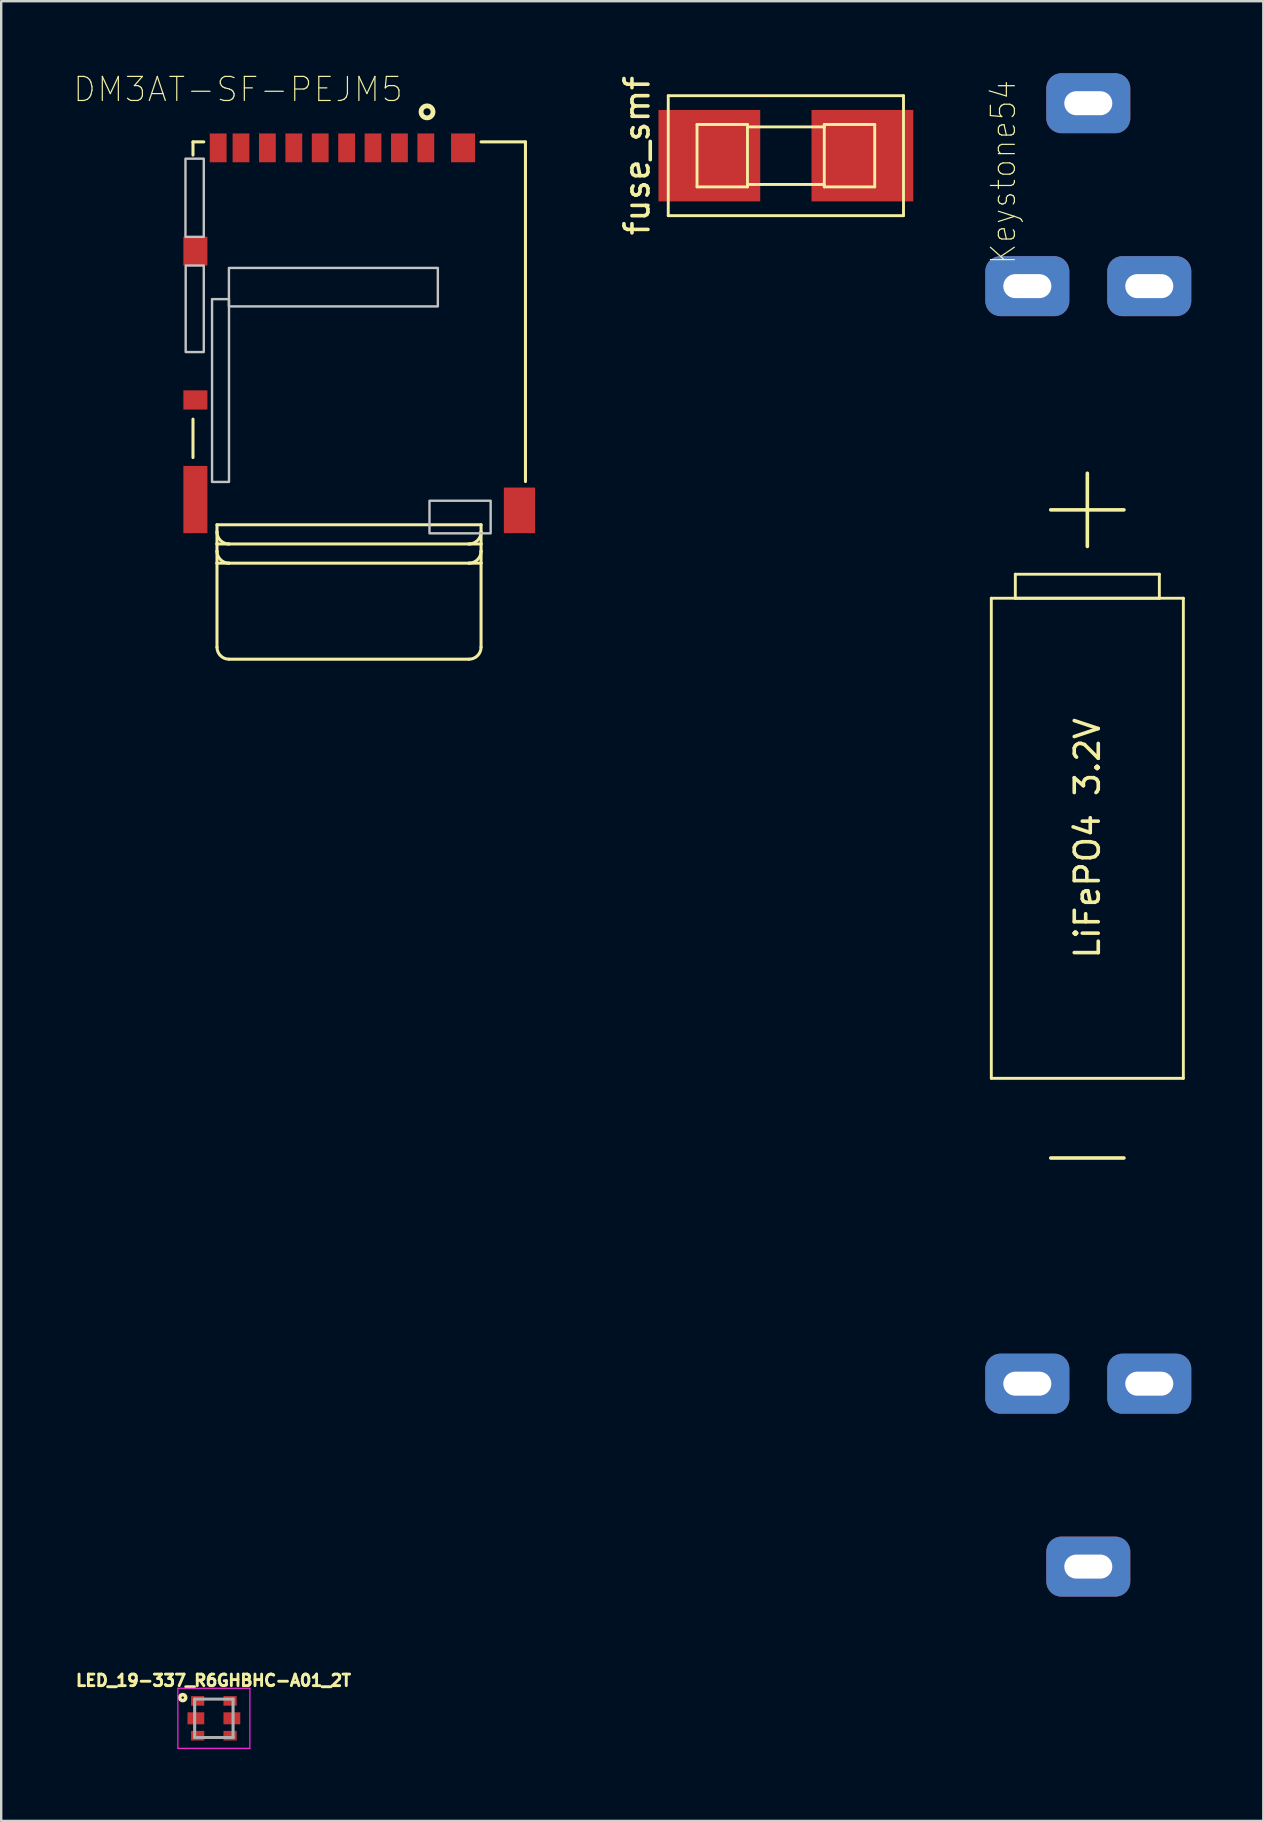
<source format=kicad_pcb>
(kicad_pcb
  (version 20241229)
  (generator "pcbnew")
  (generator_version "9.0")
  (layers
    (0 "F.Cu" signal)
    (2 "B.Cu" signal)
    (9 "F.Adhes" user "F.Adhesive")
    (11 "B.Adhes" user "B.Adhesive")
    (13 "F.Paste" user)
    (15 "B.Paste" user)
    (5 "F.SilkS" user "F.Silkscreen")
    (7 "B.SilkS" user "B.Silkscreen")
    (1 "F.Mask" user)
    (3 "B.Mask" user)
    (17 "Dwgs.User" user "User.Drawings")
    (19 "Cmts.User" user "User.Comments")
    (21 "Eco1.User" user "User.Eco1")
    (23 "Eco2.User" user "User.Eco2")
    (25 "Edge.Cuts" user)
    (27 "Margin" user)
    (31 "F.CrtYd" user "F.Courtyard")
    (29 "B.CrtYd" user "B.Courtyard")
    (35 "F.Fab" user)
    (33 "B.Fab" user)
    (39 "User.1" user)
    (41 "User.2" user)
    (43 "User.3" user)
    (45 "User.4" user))
  (footprint "LED_19-337_R6GHBHC-A01_2T"
    (layer "F.Cu")
    (at 5.859 68.529)
    (property "Reference" "LED_19-337_R6GHBHC-A01_2T" (at -0.016 -1.577 0) (layer "F.SilkS") (effects (font (size 0.481 0.481) (thickness 0.15))))
    (attr through_hole)
    (fp_poly (pts (xy -0.3 -0.8) (xy 0.3 -0.8) (xy 0.3 0.8) (xy -0.3 0.8)) (stroke (width 0.01) (type solid)) (fill yes) (layer "F.Mask"))
    (fp_circle (center -1.297 -0.862) (end -1.247 -0.862) (stroke (width 0.15) (type solid)) (fill no) (layer "F.SilkS"))
    (fp_line (start -1.5 -1.25) (end 1.5 -1.25) (stroke (width 0.05) (type solid)) (layer "F.CrtYd"))
    (fp_line (start -1.5 1.25) (end -1.5 -1.25) (stroke (width 0.05) (type solid)) (layer "F.CrtYd"))
    (fp_line (start 1.5 -1.25) (end 1.5 1.25) (stroke (width 0.05) (type solid)) (layer "F.CrtYd"))
    (fp_line (start 1.5 1.25) (end -1.5 1.25) (stroke (width 0.05) (type solid)) (layer "F.CrtYd"))
    (fp_line (start -0.8 -0.8) (end 0.8 -0.8) (stroke (width 0.127) (type solid)) (layer "F.Fab"))
    (fp_line (start -0.8 0.8) (end -0.8 -0.8) (stroke (width 0.127) (type solid)) (layer "F.Fab"))
    (fp_line (start 0.8 -0.8) (end 0.8 0.8) (stroke (width 0.127) (type solid)) (layer "F.Fab"))
    (fp_line (start 0.8 0.8) (end -0.8 0.8) (stroke (width 0.127) (type solid)) (layer "F.Fab"))
    (pad "1" smd rect (at -0.675 -0.725) (size 0.55 0.4) (layers "F.Cu" "F.Mask" "F.Paste"))
    (pad "2" smd rect (at -0.75 0) (size 0.7 0.5) (layers "F.Cu" "F.Mask" "F.Paste"))
    (pad "3" smd rect (at -0.675 0.725) (size 0.55 0.4) (layers "F.Cu" "F.Mask" "F.Paste"))
    (pad "4" smd rect (at 0.675 -0.725) (size 0.55 0.4) (layers "F.Cu" "F.Mask" "F.Paste"))
    (pad "5" smd rect (at 0.75 0) (size 0.7 0.5) (layers "F.Cu" "F.Mask" "F.Paste"))
    (pad "6" smd rect (at 0.675 0.725) (size 0.55 0.4) (layers "F.Cu" "F.Mask" "F.Paste")))
  (footprint "DM3AT-SF-PEJM5"
    (layer "F.Cu")
    (at 11.489 3.11)
    (property "Reference" "DM3AT-SF-PEJM5" (at -4.623 -2.436 0) (layer "F.SilkS") (effects (font (size 1.002 1.002) (thickness 0.05))))
    (attr smd)
    (fp_line (start -6.5 -0.25) (end -6.5 0.3) (stroke (width 0.127) (type solid)) (layer "F.SilkS"))
    (fp_line (start -6.5 12.9) (end -6.5 11.3) (stroke (width 0.127) (type solid)) (layer "F.SilkS"))
    (fp_line (start -6.05 -0.25) (end -6.5 -0.25) (stroke (width 0.127) (type solid)) (layer "F.SilkS"))
    (fp_line (start -5.5 15.7) (end -5.5 16) (stroke (width 0.127) (type solid)) (layer "F.SilkS"))
    (fp_line (start -5.5 15.7) (end 5.5 15.7) (stroke (width 0.127) (type solid)) (layer "F.SilkS"))
    (fp_line (start -5.5 16.5) (end -5.5 16) (stroke (width 0.127) (type solid)) (layer "F.SilkS"))
    (fp_line (start -5.5 16.5) (end -5.5 16.8) (stroke (width 0.127) (type solid)) (layer "F.SilkS"))
    (fp_line (start -5.5 17.3) (end -5.5 16.8) (stroke (width 0.127) (type solid)) (layer "F.SilkS"))
    (fp_line (start -5.5 17.3) (end -5.5 20.8) (stroke (width 0.127) (type solid)) (layer "F.SilkS"))
    (fp_line (start -5 16.5) (end -5.5 16.5) (stroke (width 0.127) (type solid)) (layer "F.SilkS"))
    (fp_line (start -5 17.3) (end -5.5 17.3) (stroke (width 0.127) (type solid)) (layer "F.SilkS"))
    (fp_line (start 5 16.5) (end -5 16.5) (stroke (width 0.127) (type solid)) (layer "F.SilkS"))
    (fp_line (start 5 17.3) (end -5 17.3) (stroke (width 0.127) (type solid)) (layer "F.SilkS"))
    (fp_line (start 5 21.3) (end -5 21.3) (stroke (width 0.127) (type solid)) (layer "F.SilkS"))
    (fp_line (start 5.5 -0.25) (end 7.35 -0.25) (stroke (width 0.127) (type solid)) (layer "F.SilkS"))
    (fp_line (start 5.5 15.7) (end 5.5 16) (stroke (width 0.127) (type solid)) (layer "F.SilkS"))
    (fp_line (start 5.5 16) (end 5.5 16.5) (stroke (width 0.127) (type solid)) (layer "F.SilkS"))
    (fp_line (start 5.5 16.5) (end 5 16.5) (stroke (width 0.127) (type solid)) (layer "F.SilkS"))
    (fp_line (start 5.5 16.5) (end 5.5 16.8) (stroke (width 0.127) (type solid)) (layer "F.SilkS"))
    (fp_line (start 5.5 16.8) (end 5.5 17.3) (stroke (width 0.127) (type solid)) (layer "F.SilkS"))
    (fp_line (start 5.5 17.3) (end 5 17.3) (stroke (width 0.127) (type solid)) (layer "F.SilkS"))
    (fp_line (start 5.5 17.3) (end 5.5 20.8) (stroke (width 0.127) (type solid)) (layer "F.SilkS"))
    (fp_line (start 7.35 -0.25) (end 7.35 13.9) (stroke (width 0.127) (type solid)) (layer "F.SilkS"))
    (fp_arc (start -5 16.5) (mid -5.353553 16.353553) (end -5.5 16) (stroke (width 0.127) (type solid)) (layer "F.SilkS"))
    (fp_arc (start -5 17.3) (mid -5.353553 17.153553) (end -5.5 16.8) (stroke (width 0.127) (type solid)) (layer "F.SilkS"))
    (fp_arc (start -5 21.3) (mid -5.353553 21.153553) (end -5.5 20.8) (stroke (width 0.127) (type solid)) (layer "F.SilkS"))
    (fp_arc (start 5.5 16) (mid 5.353553 16.353553) (end 5 16.5) (stroke (width 0.127) (type solid)) (layer "F.SilkS"))
    (fp_arc (start 5.5 16.8) (mid 5.353553 17.153553) (end 5 17.3) (stroke (width 0.127) (type solid)) (layer "F.SilkS"))
    (fp_arc (start 5.5 20.8) (mid 5.353553 21.153553) (end 5 21.3) (stroke (width 0.127) (type solid)) (layer "F.SilkS"))
    (fp_circle (center 3.25 -1.5) (end 3.5 -1.5) (stroke (width 0.2) (type solid)) (fill no) (layer "F.SilkS"))
    (fp_poly (pts (xy -6.813 0.45) (xy -6.05 0.45) (xy -6.05 3.707) (xy -6.813 3.707)) (stroke (width 0.1) (type solid)) (fill no) (layer "Dwgs.User"))
    (fp_poly (pts (xy -6.804 4.9) (xy -6.05 4.9) (xy -6.05 8.505) (xy -6.804 8.505)) (stroke (width 0.1) (type solid)) (fill no) (layer "Dwgs.User"))
    (fp_poly (pts (xy -5.706 6.3) (xy -5 6.3) (xy -5 13.915) (xy -5.706 13.915)) (stroke (width 0.1) (type solid)) (fill no) (layer "Dwgs.User"))
    (fp_poly (pts (xy -5.003 5) (xy 3.7 5) (xy 3.7 6.604) (xy -5.003 6.604)) (stroke (width 0.1) (type solid)) (fill no) (layer "Dwgs.User"))
    (fp_poly (pts (xy 3.352 14.7) (xy 5.9 14.7) (xy 5.9 16.057) (xy 3.352 16.057)) (stroke (width 0.1) (type solid)) (fill no) (layer "Dwgs.User"))
    (fp_line (start -7.25 -1) (end 8.125 -1) (stroke (width 0.05) (type solid)) (layer "Eco1.User"))
    (fp_line (start -7.25 16.3) (end -7.25 -1) (stroke (width 0.05) (type solid)) (layer "Eco1.User"))
    (fp_line (start -5.75 16.3) (end -7.25 16.3) (stroke (width 0.05) (type solid)) (layer "Eco1.User"))
    (fp_line (start -5.75 21.5) (end -5.75 16.3) (stroke (width 0.05) (type solid)) (layer "Eco1.User"))
    (fp_line (start 5.75 16.3) (end 5.75 21.5) (stroke (width 0.05) (type solid)) (layer "Eco1.User"))
    (fp_line (start 5.75 21.5) (end -5.75 21.5) (stroke (width 0.05) (type solid)) (layer "Eco1.User"))
    (fp_line (start 8.125 -1) (end 8.125 16.3) (stroke (width 0.05) (type solid)) (layer "Eco1.User"))
    (fp_line (start 8.125 16.3) (end 5.75 16.3) (stroke (width 0.05) (type solid)) (layer "Eco1.User"))
    (fp_line (start -6.5 -0.25) (end 7.35 -0.25) (stroke (width 0.127) (type solid)) (layer "Eco2.User"))
    (fp_line (start -6.5 15.7) (end -6.5 -0.25) (stroke (width 0.127) (type solid)) (layer "Eco2.User"))
    (fp_line (start 7.35 -0.25) (end 7.35 15.7) (stroke (width 0.127) (type solid)) (layer "Eco2.User"))
    (fp_line (start 7.35 15.7) (end -6.5 15.7) (stroke (width 0.127) (type solid)) (layer "Eco2.User"))
    (fp_text user "PCB~{Edge}" (at -4.758 15.525 0) (layer "Edge.Cuts") (effects (font (size 1 1) (thickness 0.05))))
    (pad "1" smd rect (at 3.2 0) (size 0.7 1.2) (layers "F.Cu" "F.Mask" "F.Paste"))
    (pad "2" smd rect (at 2.1 0) (size 0.7 1.2) (layers "F.Cu" "F.Mask" "F.Paste"))
    (pad "3" smd rect (at 1 0) (size 0.7 1.2) (layers "F.Cu" "F.Mask" "F.Paste"))
    (pad "4" smd rect (at -0.1 0) (size 0.7 1.2) (layers "F.Cu" "F.Mask" "F.Paste"))
    (pad "5" smd rect (at -1.2 0) (size 0.7 1.2) (layers "F.Cu" "F.Mask" "F.Paste"))
    (pad "6" smd rect (at -2.3 0) (size 0.7 1.2) (layers "F.Cu" "F.Mask" "F.Paste"))
    (pad "7" smd rect (at -3.4 0) (size 0.7 1.2) (layers "F.Cu" "F.Mask" "F.Paste"))
    (pad "8" smd rect (at -4.5 0) (size 0.7 1.2) (layers "F.Cu" "F.Mask" "F.Paste"))
    (pad "P1" smd rect (at -6.4 4.3) (size 1 1.2) (layers "F.Cu" "F.Mask" "F.Paste"))
    (pad "P2" smd rect (at -6.4 14.65) (size 1 2.8) (layers "F.Cu" "F.Mask" "F.Paste"))
    (pad "P3" smd rect (at 7.1 15.1) (size 1.3 1.9) (layers "F.Cu" "F.Mask" "F.Paste"))
    (pad "P4" smd rect (at 4.75 0) (size 1 1.2) (layers "F.Cu" "F.Mask" "F.Paste"))
    (pad "SWA" smd rect (at -6.4 10.5) (size 1 0.8) (layers "F.Cu" "F.Mask" "F.Paste"))
    (pad "SWB" smd rect (at -5.45 0) (size 0.7 1.2) (layers "F.Cu" "F.Mask" "F.Paste")))
  (footprint "Keystone54"
    (layer "F.Cu")
    (at 39.745 9.37)
    (property "Reference" "Keystone54" (at -1 -5.25 90) (layer "F.SilkS") (effects (font (size 1 0.9) (thickness 0.05))))
    (attr through_hole)
    (fp_line (start -1.5 12.5) (end 6.5 12.5) (stroke (width 0.12) (type solid)) (layer "F.SilkS"))
    (fp_line (start -1.5 32.5) (end -1.5 12.5) (stroke (width 0.12) (type solid)) (layer "F.SilkS"))
    (fp_line (start -0.5 11.5) (end 5.5 11.5) (stroke (width 0.12) (type solid)) (layer "F.SilkS"))
    (fp_line (start -0.5 12.5) (end -0.5 11.5) (stroke (width 0.12) (type solid)) (layer "F.SilkS"))
    (fp_line (start 5.5 11.5) (end 5.5 12.5) (stroke (width 0.12) (type solid)) (layer "F.SilkS"))
    (fp_line (start 5.5 12.5) (end -0.5 12.5) (stroke (width 0.12) (type solid)) (layer "F.SilkS"))
    (fp_line (start 6.5 12.5) (end 6.5 32.5) (stroke (width 0.12) (type solid)) (layer "F.SilkS"))
    (fp_line (start 6.5 32.5) (end -1.5 32.5) (stroke (width 0.12) (type solid)) (layer "F.SilkS"))
    (fp_text user "-" (at 2.5 35.5 0) (layer "F.SilkS") (effects (font (size 4 4) (thickness 0.15))))
    (fp_text user "LiFePO4 3.2V" (at 2.5 22.5 90) (layer "F.SilkS") (effects (font (size 1 1) (thickness 0.15))))
    (fp_text user "+" (at 2.5 8.5 0) (layer "F.SilkS") (effects (font (size 4 4) (thickness 0.15))))
    (pad "1" thru_hole roundrect (at 0 -0.5) (size 3.5 2.5) (drill oval 2 1) (layers "*.Cu" "*.Mask") (roundrect_rratio 0.25))
    (pad "2" thru_hole roundrect (at 5.08 -0.5) (size 3.5 2.5) (drill oval 2 1) (layers "*.Cu" "*.Mask") (roundrect_rratio 0.25))
    (pad "3" thru_hole roundrect (at 2.54 -8.12) (size 3.5 2.5) (drill oval 2 1) (layers "*.Cu" "*.Mask") (roundrect_rratio 0.25))
    (pad "4" thru_hole roundrect (at 0 45.22) (size 3.5 2.5) (drill oval 2 1) (layers "*.Cu" "*.Mask") (roundrect_rratio 0.25))
    (pad "5" thru_hole roundrect (at 5.08 45.22) (size 3.5 2.5) (drill oval 2 1) (layers "*.Cu" "*.Mask") (roundrect_rratio 0.25))
    (pad "6" thru_hole roundrect (at 2.54 52.84) (size 3.5 2.5) (drill oval 2 1) (layers "*.Cu" "*.Mask") (roundrect_rratio 0.25)))
  (footprint "fuse_smf"
    (layer "F.Cu")
    (at 29.687 3.435)
    (property "Reference" "fuse_smf" (at -6.2 0 270) (layer "F.SilkS") (effects (font (size 1 1) (thickness 0.15))))
    (attr through_hole)
    (fp_line (start -4.9 -2.499) (end 4.9 -2.499) (stroke (width 0.12) (type solid)) (layer "F.SilkS"))
    (fp_line (start -4.9 2.499) (end -4.9 -2.499) (stroke (width 0.12) (type solid)) (layer "F.SilkS"))
    (fp_line (start -3.701 -1.3) (end -3.701 1.3) (stroke (width 0.12) (type solid)) (layer "F.SilkS"))
    (fp_line (start -3.701 -1.3) (end -1.6 -1.3) (stroke (width 0.12) (type solid)) (layer "F.SilkS"))
    (fp_line (start -1.6 -1.3) (end -1.6 1.3) (stroke (width 0.12) (type solid)) (layer "F.SilkS"))
    (fp_line (start -1.6 1.3) (end -3.701 1.3) (stroke (width 0.12) (type solid)) (layer "F.SilkS"))
    (fp_line (start 1.6 -1.3) (end 1.6 1.3) (stroke (width 0.12) (type solid)) (layer "F.SilkS"))
    (fp_line (start 1.6 -1.199) (end -1.6 -1.199) (stroke (width 0.12) (type solid)) (layer "F.SilkS"))
    (fp_line (start 1.6 1.199) (end -1.6 1.199) (stroke (width 0.12) (type solid)) (layer "F.SilkS"))
    (fp_line (start 3.701 -1.3) (end 1.6 -1.3) (stroke (width 0.12) (type solid)) (layer "F.SilkS"))
    (fp_line (start 3.701 1.3) (end 1.6 1.3) (stroke (width 0.12) (type solid)) (layer "F.SilkS"))
    (fp_line (start 3.701 1.3) (end 3.701 -1.3) (stroke (width 0.12) (type solid)) (layer "F.SilkS"))
    (fp_line (start 4.9 -2.499) (end 4.9 2.499) (stroke (width 0.12) (type solid)) (layer "F.SilkS"))
    (fp_line (start 4.9 2.499) (end -4.9 2.499) (stroke (width 0.12) (type solid)) (layer "F.SilkS"))
    (pad "1" smd rect (at -3.188 0) (size 4.239 3.81) (layers "F.Cu" "F.Mask" "F.Paste"))
    (pad "2" smd rect (at 3.188 0) (size 4.239 3.81) (layers "F.Cu" "F.Mask" "F.Paste")))
  (gr_rect
    (start -3 -3)
    (end 49.575 72.804)
    (stroke (width 0.1) (type default))
    (fill no)
    (layer "Edge.Cuts")))
</source>
